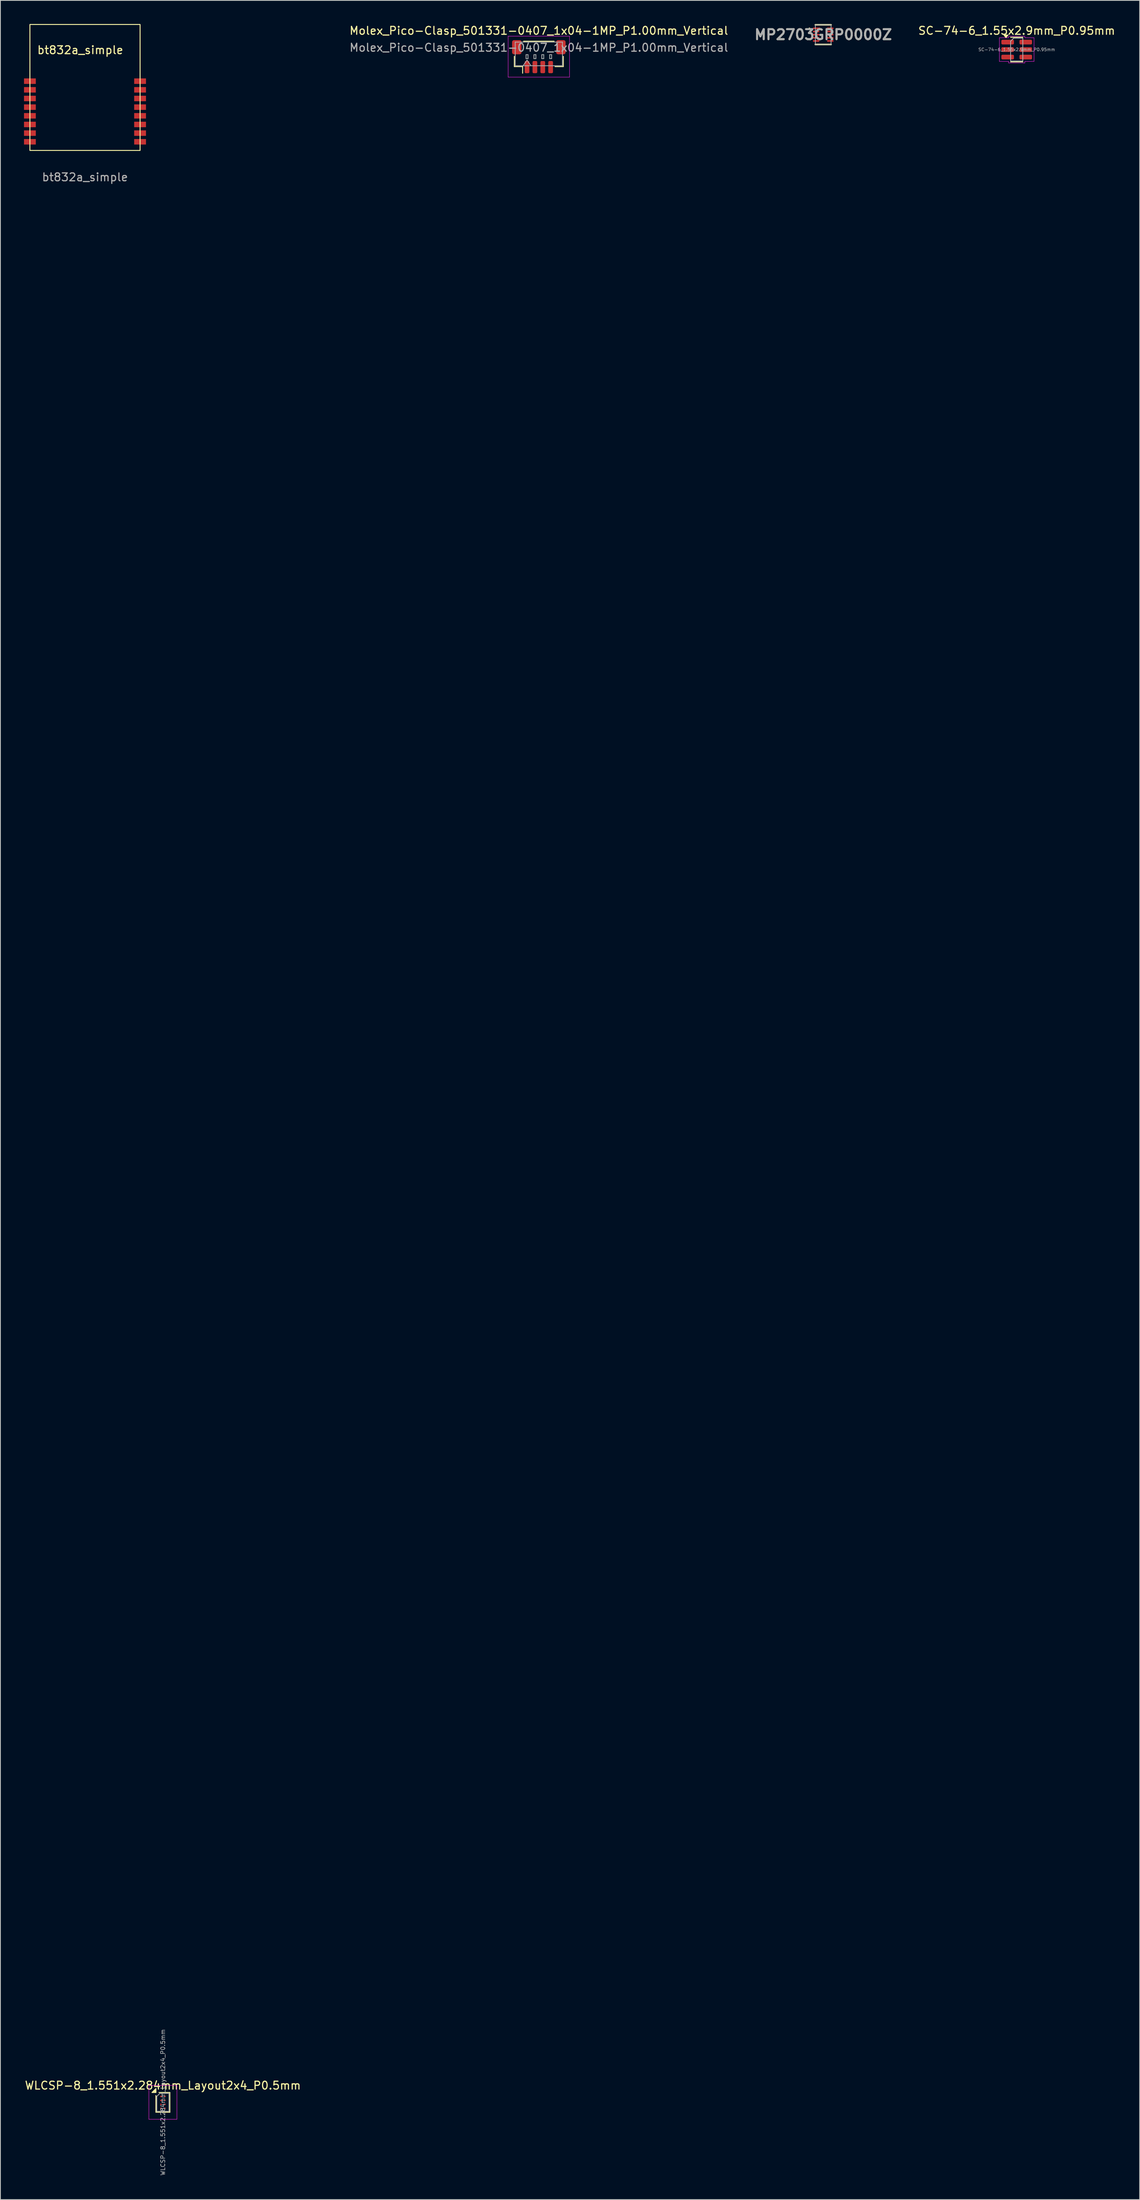
<source format=kicad_pcb>
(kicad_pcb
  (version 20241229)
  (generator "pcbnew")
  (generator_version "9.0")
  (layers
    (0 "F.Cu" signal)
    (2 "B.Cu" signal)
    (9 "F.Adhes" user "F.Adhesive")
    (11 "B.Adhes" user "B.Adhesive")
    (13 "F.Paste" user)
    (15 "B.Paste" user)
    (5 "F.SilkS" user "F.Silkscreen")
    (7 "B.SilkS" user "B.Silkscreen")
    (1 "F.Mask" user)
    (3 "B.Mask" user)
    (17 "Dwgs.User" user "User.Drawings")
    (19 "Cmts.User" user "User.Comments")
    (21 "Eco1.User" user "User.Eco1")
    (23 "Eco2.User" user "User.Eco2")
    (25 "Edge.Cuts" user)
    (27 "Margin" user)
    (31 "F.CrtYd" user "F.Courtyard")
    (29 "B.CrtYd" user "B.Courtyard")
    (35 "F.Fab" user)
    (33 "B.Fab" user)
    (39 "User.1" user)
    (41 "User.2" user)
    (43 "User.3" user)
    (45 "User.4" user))
  (footprint "bt832a_simple"
    (layer "F.Cu")
    (at 0.8 16.06)
    (property "Reference" "bt832a_simple" (at 6.35 -12.75 0) (unlocked yes) (layer "F.SilkS") (effects (font (size 1 1) (thickness 0.15))))
    (attr smd)
    (fp_rect (start -0.05 -16) (end 13.95 0) (stroke (width 0.12) (type default)) (fill no) (layer "F.SilkS"))
    (fp_text user "${REFERENCE}" (at 6.95 3.4 0) (unlocked yes) (layer "F.Fab") (effects (font (size 1 1) (thickness 0.15))))
    (pad "1" smd rect (at -0.05 -8.8) (size 1.5 0.7) (layers "F.Cu" "F.Mask" "F.Paste"))
    (pad "2" smd rect (at -0.05 -7.7) (size 1.5 0.7) (layers "F.Cu" "F.Mask" "F.Paste"))
    (pad "3" smd rect (at -0.05 -6.6) (size 1.5 0.7) (layers "F.Cu" "F.Mask" "F.Paste"))
    (pad "4" smd rect (at -0.05 -5.5) (size 1.5 0.7) (layers "F.Cu" "F.Mask" "F.Paste"))
    (pad "5" smd rect (at -0.05 -4.4) (size 1.5 0.7) (layers "F.Cu" "F.Mask" "F.Paste"))
    (pad "6" smd rect (at -0.05 -3.3) (size 1.5 0.7) (layers "F.Cu" "F.Mask" "F.Paste"))
    (pad "7" smd rect (at -0.05 -2.2) (size 1.5 0.7) (layers "F.Cu" "F.Mask" "F.Paste"))
    (pad "8" smd rect (at -0.05 -1.1) (size 1.5 0.7) (layers "F.Cu" "F.Mask" "F.Paste"))
    (pad "9" smd rect (at 13.95 -1.1) (size 1.5 0.7) (layers "F.Cu" "F.Mask" "F.Paste"))
    (pad "10" smd rect (at 13.95 -2.2) (size 1.5 0.7) (layers "F.Cu" "F.Mask" "F.Paste"))
    (pad "11" smd rect (at 13.95 -3.3) (size 1.5 0.7) (layers "F.Cu" "F.Mask" "F.Paste"))
    (pad "12" smd rect (at 13.95 -4.4) (size 1.5 0.7) (layers "F.Cu" "F.Mask" "F.Paste"))
    (pad "13" smd rect (at 13.95 -5.5) (size 1.5 0.7) (layers "F.Cu" "F.Mask" "F.Paste"))
    (pad "14" smd rect (at 13.95 -6.6) (size 1.5 0.7) (layers "F.Cu" "F.Mask" "F.Paste"))
    (pad "15" smd rect (at 13.95 -7.7) (size 1.5 0.7) (layers "F.Cu" "F.Mask" "F.Paste"))
    (pad "16" smd rect (at 13.95 -8.8) (size 1.5 0.7) (layers "F.Cu" "F.Mask" "F.Paste"))
    (zone (net_name "") (layers "F.Cu" "B.Cu" "F.SilkS") (name "antenna_keepout") (hatch edge 0.5) (connect_pads) (min_thickness 0.25) (filled_areas_thickness no) (keepout (tracks not_allowed) (vias not_allowed) (pads not_allowed) (copperpour not_allowed) (footprints not_allowed)) (placement (enabled no)) (fill) (polygon (pts (xy 24.245 245.655) (xy 38.245 245.655) (xy 38.245 251.655) (xy 24.245 251.655)))))
  (footprint "SC-74-6_1.55x2.9mm_P0.95mm"
    (layer "F.Cu")
    (at 126.14 3.248)
    (property "Reference" "SC-74-6_1.55x2.9mm_P0.95mm" (at 0 -2.4 0) (layer "F.SilkS") (effects (font (size 1 1) (thickness 0.15))))
    (attr smd)
    (fp_line (start 0 -1.56) (end -0.775 -1.56) (stroke (width 0.12) (type solid)) (layer "F.SilkS"))
    (fp_line (start 0 -1.56) (end 0.775 -1.56) (stroke (width 0.12) (type solid)) (layer "F.SilkS"))
    (fp_line (start 0 1.56) (end -0.775 1.56) (stroke (width 0.12) (type solid)) (layer "F.SilkS"))
    (fp_line (start 0 1.56) (end 0.775 1.56) (stroke (width 0.12) (type solid)) (layer "F.SilkS"))
    (fp_poly (pts (xy -1.363 -1.51) (xy -1.603 -1.84) (xy -1.123 -1.84)) (stroke (width 0.12) (type solid)) (fill yes) (layer "F.SilkS"))
    (fp_line (start -2.2 1.5) (end -2.2 -1.5) (stroke (width 0.05) (type solid)) (layer "F.CrtYd"))
    (fp_line (start -2.2 -1.5) (end -1.03 -1.5) (stroke (width 0.05) (type solid)) (layer "F.CrtYd"))
    (fp_line (start -1.03 1.7) (end -1.03 1.5) (stroke (width 0.05) (type solid)) (layer "F.CrtYd"))
    (fp_line (start -1.03 -1.7) (end 1.03 -1.7) (stroke (width 0.05) (type solid)) (layer "F.CrtYd"))
    (fp_line (start -1.03 -1.5) (end -1.03 -1.7) (stroke (width 0.05) (type solid)) (layer "F.CrtYd"))
    (fp_line (start -1.03 1.5) (end -2.2 1.5) (stroke (width 0.05) (type solid)) (layer "F.CrtYd"))
    (fp_line (start 1.03 -1.5) (end 2.2 -1.5) (stroke (width 0.05) (type solid)) (layer "F.CrtYd"))
    (fp_line (start 1.03 1.5) (end 1.03 1.7) (stroke (width 0.05) (type solid)) (layer "F.CrtYd"))
    (fp_line (start 1.03 1.7) (end -1.03 1.7) (stroke (width 0.05) (type solid)) (layer "F.CrtYd"))
    (fp_line (start 1.03 -1.7) (end 1.03 -1.5) (stroke (width 0.05) (type solid)) (layer "F.CrtYd"))
    (fp_line (start 2.2 1.5) (end 1.03 1.5) (stroke (width 0.05) (type solid)) (layer "F.CrtYd"))
    (fp_line (start 2.2 -1.5) (end 2.2 1.5) (stroke (width 0.05) (type solid)) (layer "F.CrtYd"))
    (fp_line (start -0.775 -1.062) (end -0.388 -1.45) (stroke (width 0.1) (type solid)) (layer "F.Fab"))
    (fp_line (start -0.775 1.45) (end -0.775 -1.062) (stroke (width 0.1) (type solid)) (layer "F.Fab"))
    (fp_line (start -0.388 -1.45) (end 0.775 -1.45) (stroke (width 0.1) (type solid)) (layer "F.Fab"))
    (fp_line (start 0.775 -1.45) (end 0.775 1.45) (stroke (width 0.1) (type solid)) (layer "F.Fab"))
    (fp_line (start 0.775 1.45) (end -0.775 1.45) (stroke (width 0.1) (type solid)) (layer "F.Fab"))
    (fp_text user "${REFERENCE}" (at 0 0 0) (layer "F.Fab") (effects (font (size 0.39 0.39) (thickness 0.06))))
    (pad "1" smd roundrect (at -1.15 -0.95) (size 1.6 0.6) (layers "F.Cu" "F.Mask" "F.Paste") (roundrect_rratio 0.25))
    (pad "2" smd roundrect (at -1.15 0) (size 1.6 0.6) (layers "F.Cu" "F.Mask" "F.Paste") (roundrect_rratio 0.25))
    (pad "3" smd roundrect (at -1.15 0.95) (size 1.6 0.6) (layers "F.Cu" "F.Mask" "F.Paste") (roundrect_rratio 0.25))
    (pad "4" smd roundrect (at 1.15 0.95) (size 1.6 0.6) (layers "F.Cu" "F.Mask" "F.Paste") (roundrect_rratio 0.25))
    (pad "5" smd roundrect (at 1.15 0) (size 1.6 0.6) (layers "F.Cu" "F.Mask" "F.Paste") (roundrect_rratio 0.25))
    (pad "6" smd roundrect (at 1.15 -0.95) (size 1.6 0.6) (layers "F.Cu" "F.Mask" "F.Paste") (roundrect_rratio 0.25)))
  (footprint "MP2703GRP0000Z"
    (layer "F.Cu")
    (at 101.553 1.35)
    (property "Reference" "MP2703GRP0000Z" (at 0 0 180) (layer "F.SilkS") (effects (font (size 1.27 1.27) (thickness 0.254))))
    (attr smd allow_missing_courtyard)
    (fp_line (start -1.8 -0.8) (end -1.8 -0.8) (stroke (width 0.1) (type solid)) (layer "F.SilkS"))
    (fp_line (start -1.7 -0.8) (end -1.7 -0.8) (stroke (width 0.1) (type solid)) (layer "F.SilkS"))
    (fp_line (start -1 -1.25) (end 1 -1.25) (stroke (width 0.2) (type solid)) (layer "F.SilkS"))
    (fp_line (start -1 1.25) (end 1 1.25) (stroke (width 0.2) (type solid)) (layer "F.SilkS"))
    (fp_arc (start -1.800001 -0.800001) (mid -1.749999 -0.85) (end -1.699999 -0.8) (stroke (width 0.1) (type solid)) (layer "F.SilkS"))
    (fp_arc (start -1.699999 -0.8) (mid -1.749999 -0.75) (end -1.800001 -0.800001) (stroke (width 0.1) (type solid)) (layer "F.SilkS"))
    (fp_line (start -1 -1.25) (end 1 -1.25) (stroke (width 0.1) (type solid)) (layer "F.Fab"))
    (fp_line (start -1 1.25) (end -1 -1.25) (stroke (width 0.1) (type solid)) (layer "F.Fab"))
    (fp_line (start 1 -1.25) (end 1 1.25) (stroke (width 0.1) (type solid)) (layer "F.Fab"))
    (fp_line (start 1 1.25) (end -1 1.25) (stroke (width 0.1) (type solid)) (layer "F.Fab"))
    (fp_text user "${REFERENCE}" (at 0 0 180) (layer "F.Fab") (effects (font (size 1.27 1.27) (thickness 0.254))))
    (pad "1" smd rect (at -0.85 -0.8 90) (size 0.2 0.9) (layers "F.Cu" "F.Mask" "F.Paste"))
    (pad "2" smd rect (at -0.9 -0.4 90) (size 0.2 0.8) (layers "F.Cu" "F.Mask" "F.Paste"))
    (pad "3" smd rect (at -0.9 0 90) (size 0.2 0.8) (layers "F.Cu" "F.Mask" "F.Paste"))
    (pad "4" smd rect (at -0.9 0.4 90) (size 0.2 0.8) (layers "F.Cu" "F.Mask" "F.Paste"))
    (pad "5" smd rect (at -0.9 0.8 90) (size 0.2 0.8) (layers "F.Cu" "F.Mask" "F.Paste"))
    (pad "6" smd rect (at 0.9 0.8 90) (size 0.2 0.8) (layers "F.Cu" "F.Mask" "F.Paste"))
    (pad "7" smd rect (at 0.9 0.4 90) (size 0.2 0.8) (layers "F.Cu" "F.Mask" "F.Paste"))
    (pad "8" smd rect (at 0.9 0 90) (size 0.2 0.8) (layers "F.Cu" "F.Mask" "F.Paste"))
    (pad "9" smd rect (at 0.9 -0.4 90) (size 0.2 0.8) (layers "F.Cu" "F.Mask" "F.Paste"))
    (pad "10" smd rect (at 0.9 -0.8 90) (size 0.2 0.8) (layers "F.Cu" "F.Mask" "F.Paste")))
  (footprint "WLCSP-8_1.551x2.284mm_Layout2x4_P0.5mm"
    (layer "F.Cu")
    (at 17.649 264.009)
    (property "Reference" "WLCSP-8_1.551x2.284mm_Layout2x4_P0.5mm" (at 0.000004 -2.142 180) (layer "F.SilkS") (effects (font (size 1 1) (thickness 0.15))))
    (attr smd)
    (fp_line (start -0.885 1.252) (end -0.885 -0.864) (stroke (width 0.12) (type solid)) (layer "F.SilkS"))
    (fp_line (start -0.498 -1.252) (end 0.885 -1.252) (stroke (width 0.12) (type solid)) (layer "F.SilkS"))
    (fp_line (start 0.885 -1.252) (end 0.885 1.252) (stroke (width 0.12) (type solid)) (layer "F.SilkS"))
    (fp_line (start 0.885 1.252) (end -0.885 1.252) (stroke (width 0.12) (type solid)) (layer "F.SilkS"))
    (fp_poly (pts (xy -0.885 -1.252) (xy -1.385 -1.252) (xy -0.886 -1.752) (xy -0.885 -1.252)) (stroke (width 0.12) (type solid)) (fill yes) (layer "F.SilkS"))
    (fp_line (start -1.78 -2.15) (end -1.78 2.15) (stroke (width 0.05) (type solid)) (layer "F.CrtYd"))
    (fp_line (start -1.78 2.15) (end 1.78 2.15) (stroke (width 0.05) (type solid)) (layer "F.CrtYd"))
    (fp_line (start 1.78 -2.15) (end -1.78 -2.15) (stroke (width 0.05) (type solid)) (layer "F.CrtYd"))
    (fp_line (start 1.78 2.15) (end 1.78 -2.15) (stroke (width 0.05) (type solid)) (layer "F.CrtYd"))
    (fp_line (start -0.776 -0.754) (end -0.388 -1.142) (stroke (width 0.1) (type solid)) (layer "F.Fab"))
    (fp_line (start -0.775 1.142) (end -0.776 -0.754) (stroke (width 0.1) (type solid)) (layer "F.Fab"))
    (fp_line (start -0.388 -1.142) (end 0.775 -1.142) (stroke (width 0.1) (type solid)) (layer "F.Fab"))
    (fp_line (start 0.775 -1.142) (end 0.776 1.142) (stroke (width 0.1) (type solid)) (layer "F.Fab"))
    (fp_line (start 0.776 1.142) (end -0.775 1.142) (stroke (width 0.1) (type solid)) (layer "F.Fab"))
    (fp_text user "${REFERENCE}" (at 0 0 270) (layer "F.Fab") (effects (font (size 0.53 0.53) (thickness 0.08))))
    (pad "A1" smd circle (at -0.25 -0.75) (size 0.2 0.2) (property pad_prop_bga) (layers "F.Cu" "F.Mask" "F.Paste"))
    (pad "A2" smd circle (at 0.25 -0.75) (size 0.2 0.2) (property pad_prop_bga) (layers "F.Cu" "F.Mask" "F.Paste"))
    (pad "B1" smd circle (at -0.25 -0.25) (size 0.2 0.2) (property pad_prop_bga) (layers "F.Cu" "F.Mask" "F.Paste"))
    (pad "B2" smd circle (at 0.25 -0.25) (size 0.2 0.2) (property pad_prop_bga) (layers "F.Cu" "F.Mask" "F.Paste"))
    (pad "C1" smd circle (at -0.25 0.25) (size 0.2 0.2) (property pad_prop_bga) (layers "F.Cu" "F.Mask" "F.Paste"))
    (pad "C2" smd circle (at 0.25 0.25) (size 0.2 0.2) (property pad_prop_bga) (layers "F.Cu" "F.Mask" "F.Paste"))
    (pad "D1" smd circle (at -0.25 0.75) (size 0.2 0.2) (property pad_prop_bga) (layers "F.Cu" "F.Mask" "F.Paste"))
    (pad "D2" smd circle (at 0.25 0.75) (size 0.2 0.2) (property pad_prop_bga) (layers "F.Cu" "F.Mask" "F.Paste")))
  (footprint "Molex_Pico-Clasp_501331-0407_1x04-1MP_P1.00mm_Vertical"
    (layer "F.Cu")
    (at 65.418 4.148)
    (property "Reference" "Molex_Pico-Clasp_501331-0407_1x04-1MP_P1.00mm_Vertical" (at 0.000004 -3.3 180) (layer "F.SilkS") (effects (font (size 1 1) (thickness 0.15))))
    (attr smd)
    (fp_line (start -3.11 -0.04) (end -3.11 1.26) (stroke (width 0.12) (type solid)) (layer "F.SilkS"))
    (fp_line (start -3.11 1.26) (end -2.06 1.26) (stroke (width 0.12) (type solid)) (layer "F.SilkS"))
    (fp_line (start -2.06 1.26) (end -2.06 2.1) (stroke (width 0.12) (type solid)) (layer "F.SilkS"))
    (fp_line (start -1.94 -1.96) (end 1.94 -1.96) (stroke (width 0.12) (type solid)) (layer "F.SilkS"))
    (fp_line (start 3.11 -0.04) (end 3.11 1.26) (stroke (width 0.12) (type solid)) (layer "F.SilkS"))
    (fp_line (start 3.11 1.26) (end 2.06 1.26) (stroke (width 0.12) (type solid)) (layer "F.SilkS"))
    (fp_line (start -3.9 -2.6) (end -3.9 2.6) (stroke (width 0.05) (type solid)) (layer "F.CrtYd"))
    (fp_line (start -3.9 2.6) (end 3.9 2.6) (stroke (width 0.05) (type solid)) (layer "F.CrtYd"))
    (fp_line (start 3.9 -2.6) (end -3.9 -2.6) (stroke (width 0.05) (type solid)) (layer "F.CrtYd"))
    (fp_line (start 3.9 2.6) (end 3.9 -2.6) (stroke (width 0.05) (type solid)) (layer "F.CrtYd"))
    (fp_line (start -3 -1.85) (end 3 -1.85) (stroke (width 0.1) (type solid)) (layer "F.Fab"))
    (fp_line (start -3 1.15) (end -3 -1.85) (stroke (width 0.1) (type solid)) (layer "F.Fab"))
    (fp_line (start -3 1.15) (end 3 1.15) (stroke (width 0.1) (type solid)) (layer "F.Fab"))
    (fp_line (start -2 1.15) (end -1.5 0.443) (stroke (width 0.1) (type solid)) (layer "F.Fab"))
    (fp_line (start -1.625 -0.25) (end -1.625 0.25) (stroke (width 0.1) (type solid)) (layer "F.Fab"))
    (fp_line (start -1.625 0.25) (end -1.375 0.25) (stroke (width 0.1) (type solid)) (layer "F.Fab"))
    (fp_line (start -1.5 0.443) (end -1 1.15) (stroke (width 0.1) (type solid)) (layer "F.Fab"))
    (fp_line (start -1.375 0.25) (end -1.375 -0.25) (stroke (width 0.1) (type solid)) (layer "F.Fab"))
    (fp_line (start -1.375 -0.25) (end -1.625 -0.25) (stroke (width 0.1) (type solid)) (layer "F.Fab"))
    (fp_line (start -0.625 0.25) (end -0.375 0.25) (stroke (width 0.1) (type solid)) (layer "F.Fab"))
    (fp_line (start -0.625 -0.25) (end -0.625 0.25) (stroke (width 0.1) (type solid)) (layer "F.Fab"))
    (fp_line (start -0.375 -0.25) (end -0.625 -0.25) (stroke (width 0.1) (type solid)) (layer "F.Fab"))
    (fp_line (start -0.375 0.25) (end -0.375 -0.25) (stroke (width 0.1) (type solid)) (layer "F.Fab"))
    (fp_line (start 0.375 -0.25) (end 0.375 0.25) (stroke (width 0.1) (type solid)) (layer "F.Fab"))
    (fp_line (start 0.375 0.25) (end 0.625 0.25) (stroke (width 0.1) (type solid)) (layer "F.Fab"))
    (fp_line (start 0.625 0.25) (end 0.625 -0.25) (stroke (width 0.1) (type solid)) (layer "F.Fab"))
    (fp_line (start 0.625 -0.25) (end 0.375 -0.25) (stroke (width 0.1) (type solid)) (layer "F.Fab"))
    (fp_line (start 1.375 0.25) (end 1.625 0.25) (stroke (width 0.1) (type solid)) (layer "F.Fab"))
    (fp_line (start 1.375 -0.25) (end 1.375 0.25) (stroke (width 0.1) (type solid)) (layer "F.Fab"))
    (fp_line (start 1.625 -0.25) (end 1.375 -0.25) (stroke (width 0.1) (type solid)) (layer "F.Fab"))
    (fp_line (start 1.625 0.25) (end 1.625 -0.25) (stroke (width 0.1) (type solid)) (layer "F.Fab"))
    (fp_line (start 3 1.15) (end 3 -1.85) (stroke (width 0.1) (type solid)) (layer "F.Fab"))
    (fp_text user "${REFERENCE}" (at 0 -1.15 180) (layer "F.Fab") (effects (font (size 1 1) (thickness 0.15))))
    (pad "1" smd roundrect (at -1.5 1.325) (size 0.6 1.55) (layers "F.Cu" "F.Mask" "F.Paste") (roundrect_rratio 0.25))
    (pad "2" smd roundrect (at -0.5 1.325) (size 0.6 1.55) (layers "F.Cu" "F.Mask" "F.Paste") (roundrect_rratio 0.25))
    (pad "3" smd roundrect (at 0.5 1.325) (size 0.6 1.55) (layers "F.Cu" "F.Mask" "F.Paste") (roundrect_rratio 0.25))
    (pad "4" smd roundrect (at 1.5 1.325) (size 0.6 1.55) (layers "F.Cu" "F.Mask" "F.Paste") (roundrect_rratio 0.25))
    (pad "MP" smd roundrect (at -2.8 -1.2) (size 1.2 1.8) (layers "F.Cu" "F.Mask" "F.Paste") (roundrect_rratio 0.208))
    (pad "MP" smd roundrect (at 2.8 -1.2) (size 1.2 1.8) (layers "F.Cu" "F.Mask" "F.Paste") (roundrect_rratio 0.208)))
  (gr_rect
    (start -3 -3)
    (end 141.765 276.363)
    (stroke (width 0.1) (type default))
    (fill no)
    (layer "Edge.Cuts")))
</source>
